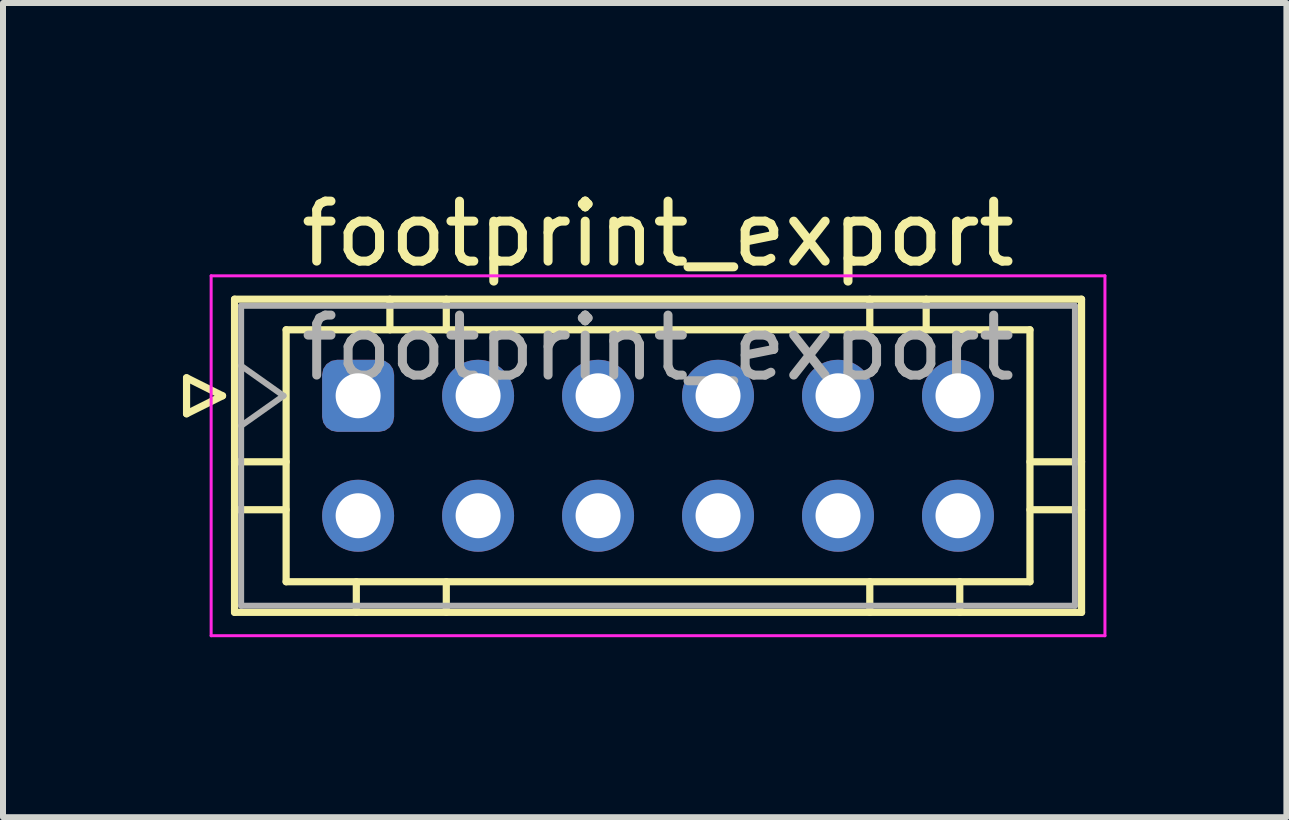
<source format=kicad_pcb>
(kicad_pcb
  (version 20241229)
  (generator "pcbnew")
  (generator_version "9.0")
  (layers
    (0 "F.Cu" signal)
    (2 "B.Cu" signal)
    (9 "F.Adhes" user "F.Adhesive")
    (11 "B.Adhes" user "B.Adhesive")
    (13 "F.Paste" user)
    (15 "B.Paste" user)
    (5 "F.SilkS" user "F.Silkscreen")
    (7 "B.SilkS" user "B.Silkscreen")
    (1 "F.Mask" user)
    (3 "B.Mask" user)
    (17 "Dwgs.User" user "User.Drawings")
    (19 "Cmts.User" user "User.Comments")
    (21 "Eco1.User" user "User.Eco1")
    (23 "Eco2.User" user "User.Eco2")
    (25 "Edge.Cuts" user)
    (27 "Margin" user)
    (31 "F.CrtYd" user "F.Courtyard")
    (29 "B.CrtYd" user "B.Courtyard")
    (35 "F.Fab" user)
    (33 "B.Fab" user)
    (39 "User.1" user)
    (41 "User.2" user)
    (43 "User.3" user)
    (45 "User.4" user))
  (footprint "footprint_export"
    (layer "F.Cu")
    (at 2.92 3.548)
    (property "Reference" "footprint_export" (at 5 -2.7 0) (layer "F.SilkS") (effects (font (size 1 1) (thickness 0.15))))
    (attr through_hole)
    (fp_line (start -2.86 -0.3) (end -2.26 0) (stroke (width 0.12) (type solid)) (layer "F.SilkS"))
    (fp_line (start -2.86 0.3) (end -2.86 -0.3) (stroke (width 0.12) (type solid)) (layer "F.SilkS"))
    (fp_line (start -2.26 0) (end -2.86 0.3) (stroke (width 0.12) (type solid)) (layer "F.SilkS"))
    (fp_line (start -2.06 -1.61) (end -2.06 3.61) (stroke (width 0.12) (type solid)) (layer "F.SilkS"))
    (fp_line (start -2.06 1.1) (end -1.2 1.1) (stroke (width 0.12) (type solid)) (layer "F.SilkS"))
    (fp_line (start -2.06 1.9) (end -1.2 1.9) (stroke (width 0.12) (type solid)) (layer "F.SilkS"))
    (fp_line (start -2.06 3.61) (end 12.06 3.61) (stroke (width 0.12) (type solid)) (layer "F.SilkS"))
    (fp_line (start -1.2 -1.1) (end -1.2 3.1) (stroke (width 0.12) (type solid)) (layer "F.SilkS"))
    (fp_line (start -1.2 3.1) (end 11.2 3.1) (stroke (width 0.12) (type solid)) (layer "F.SilkS"))
    (fp_line (start -0.03 3.61) (end -0.03 3.1) (stroke (width 0.12) (type solid)) (layer "F.SilkS"))
    (fp_line (start 0.53 -1.61) (end 0.53 -1.1) (stroke (width 0.12) (type solid)) (layer "F.SilkS"))
    (fp_line (start 1.47 -1.61) (end 1.47 -1.1) (stroke (width 0.12) (type solid)) (layer "F.SilkS"))
    (fp_line (start 1.47 3.61) (end 1.47 3.1) (stroke (width 0.12) (type solid)) (layer "F.SilkS"))
    (fp_line (start 8.53 -1.61) (end 8.53 -1.1) (stroke (width 0.12) (type solid)) (layer "F.SilkS"))
    (fp_line (start 8.53 3.61) (end 8.53 3.1) (stroke (width 0.12) (type solid)) (layer "F.SilkS"))
    (fp_line (start 9.47 -1.61) (end 9.47 -1.1) (stroke (width 0.12) (type solid)) (layer "F.SilkS"))
    (fp_line (start 10.03 3.61) (end 10.03 3.1) (stroke (width 0.12) (type solid)) (layer "F.SilkS"))
    (fp_line (start 11.2 -1.1) (end -1.2 -1.1) (stroke (width 0.12) (type solid)) (layer "F.SilkS"))
    (fp_line (start 11.2 3.1) (end 11.2 -1.1) (stroke (width 0.12) (type solid)) (layer "F.SilkS"))
    (fp_line (start 12.06 -1.61) (end -2.06 -1.61) (stroke (width 0.12) (type solid)) (layer "F.SilkS"))
    (fp_line (start 12.06 1.1) (end 11.2 1.1) (stroke (width 0.12) (type solid)) (layer "F.SilkS"))
    (fp_line (start 12.06 1.9) (end 11.2 1.9) (stroke (width 0.12) (type solid)) (layer "F.SilkS"))
    (fp_line (start 12.06 3.61) (end 12.06 -1.61) (stroke (width 0.12) (type solid)) (layer "F.SilkS"))
    (fp_line (start -2.45 -2) (end -2.45 4) (stroke (width 0.05) (type solid)) (layer "F.CrtYd"))
    (fp_line (start -2.45 4) (end 12.45 4) (stroke (width 0.05) (type solid)) (layer "F.CrtYd"))
    (fp_line (start 12.45 -2) (end -2.45 -2) (stroke (width 0.05) (type solid)) (layer "F.CrtYd"))
    (fp_line (start 12.45 4) (end 12.45 -2) (stroke (width 0.05) (type solid)) (layer "F.CrtYd"))
    (fp_line (start -1.95 -1.5) (end -1.95 3.5) (stroke (width 0.1) (type solid)) (layer "F.Fab"))
    (fp_line (start -1.95 0.5) (end -1.243 0) (stroke (width 0.1) (type solid)) (layer "F.Fab"))
    (fp_line (start -1.95 3.5) (end 11.95 3.5) (stroke (width 0.1) (type solid)) (layer "F.Fab"))
    (fp_line (start -1.243 0) (end -1.95 -0.5) (stroke (width 0.1) (type solid)) (layer "F.Fab"))
    (fp_line (start 11.95 -1.5) (end -1.95 -1.5) (stroke (width 0.1) (type solid)) (layer "F.Fab"))
    (fp_line (start 11.95 3.5) (end 11.95 -1.5) (stroke (width 0.1) (type solid)) (layer "F.Fab"))
    (fp_text user "${REFERENCE}" (at 5 -0.8 0) (layer "F.Fab") (effects (font (size 1 1) (thickness 0.15))))
    (pad "1" thru_hole roundrect (at 0 0) (size 1.2 1.2) (drill 0.75) (layers "*.Cu" "*.Mask") (roundrect_rratio 0.208))
    (pad "2" thru_hole circle (at 0 2) (size 1.2 1.2) (drill 0.75) (layers "*.Cu" "*.Mask"))
    (pad "3" thru_hole circle (at 2 0) (size 1.2 1.2) (drill 0.75) (layers "*.Cu" "*.Mask"))
    (pad "4" thru_hole circle (at 2 2) (size 1.2 1.2) (drill 0.75) (layers "*.Cu" "*.Mask"))
    (pad "5" thru_hole circle (at 4 0) (size 1.2 1.2) (drill 0.75) (layers "*.Cu" "*.Mask"))
    (pad "6" thru_hole circle (at 4 2) (size 1.2 1.2) (drill 0.75) (layers "*.Cu" "*.Mask"))
    (pad "7" thru_hole circle (at 6 0) (size 1.2 1.2) (drill 0.75) (layers "*.Cu" "*.Mask"))
    (pad "8" thru_hole circle (at 6 2) (size 1.2 1.2) (drill 0.75) (layers "*.Cu" "*.Mask"))
    (pad "9" thru_hole circle (at 8 0) (size 1.2 1.2) (drill 0.75) (layers "*.Cu" "*.Mask"))
    (pad "10" thru_hole circle (at 8 2) (size 1.2 1.2) (drill 0.75) (layers "*.Cu" "*.Mask"))
    (pad "11" thru_hole circle (at 10 0) (size 1.2 1.2) (drill 0.75) (layers "*.Cu" "*.Mask"))
    (pad "12" thru_hole circle (at 10 2) (size 1.2 1.2) (drill 0.75) (layers "*.Cu" "*.Mask")))
  (gr_rect
    (start -3 -3)
    (end 18.395 10.573)
    (stroke (width 0.1) (type default))
    (fill no)
    (layer "Edge.Cuts")))
</source>
